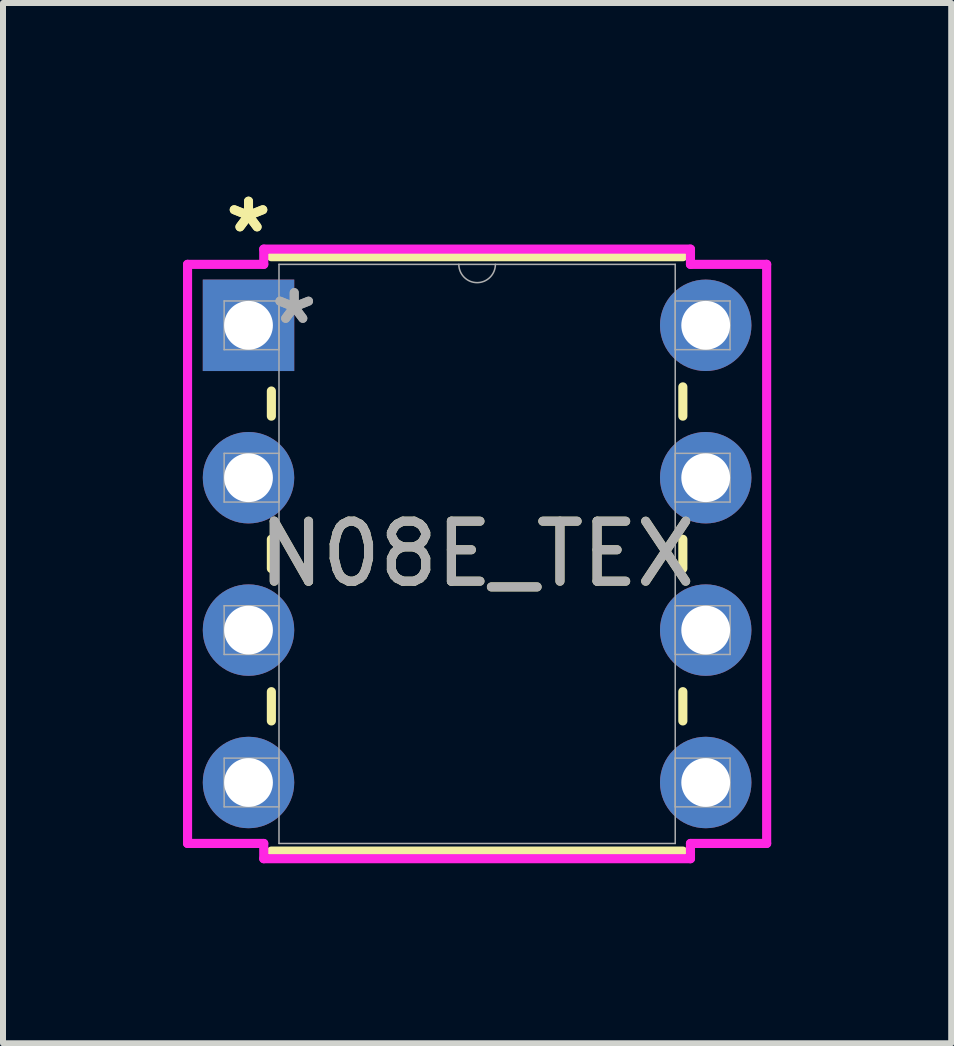
<source format=kicad_pcb>
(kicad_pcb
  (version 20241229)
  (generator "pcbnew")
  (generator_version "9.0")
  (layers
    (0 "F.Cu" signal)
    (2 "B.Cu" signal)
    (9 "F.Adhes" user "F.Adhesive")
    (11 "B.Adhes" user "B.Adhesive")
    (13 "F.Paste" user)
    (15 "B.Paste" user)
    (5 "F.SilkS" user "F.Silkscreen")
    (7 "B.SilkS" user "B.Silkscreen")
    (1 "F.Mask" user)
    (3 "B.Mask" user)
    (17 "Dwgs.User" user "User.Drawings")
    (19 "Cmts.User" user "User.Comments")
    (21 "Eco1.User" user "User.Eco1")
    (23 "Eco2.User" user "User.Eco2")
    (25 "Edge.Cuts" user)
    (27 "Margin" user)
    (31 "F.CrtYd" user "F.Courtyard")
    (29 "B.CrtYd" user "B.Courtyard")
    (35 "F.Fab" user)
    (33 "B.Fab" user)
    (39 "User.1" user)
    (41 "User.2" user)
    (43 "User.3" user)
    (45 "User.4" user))
  (footprint "N08E_TEX"
    (layer "F.Cu")
    (at 1.092 2.372)
    (property "Reference" "N08E_TEX" (at 3.81 3.81 0) (unlocked yes) (layer "F.SilkS") (effects (font (size 1 1) (thickness 0.15))))
    (attr through_hole)
    (fp_line (start 0.381 1.095) (end 0.381 1.514) (stroke (width 0.152) (type solid)) (layer "F.SilkS"))
    (fp_line (start 0.381 3.566) (end 0.381 4.054) (stroke (width 0.152) (type solid)) (layer "F.SilkS"))
    (fp_line (start 0.381 6.106) (end 0.381 6.594) (stroke (width 0.152) (type solid)) (layer "F.SilkS"))
    (fp_line (start 0.381 8.763) (end 7.239 8.763) (stroke (width 0.152) (type solid)) (layer "F.SilkS"))
    (fp_line (start 7.239 -1.143) (end 0.381 -1.143) (stroke (width 0.152) (type solid)) (layer "F.SilkS"))
    (fp_line (start 7.239 1.514) (end 7.239 1.026) (stroke (width 0.152) (type solid)) (layer "F.SilkS"))
    (fp_line (start 7.239 4.054) (end 7.239 3.566) (stroke (width 0.152) (type solid)) (layer "F.SilkS"))
    (fp_line (start 7.239 6.594) (end 7.239 6.106) (stroke (width 0.152) (type solid)) (layer "F.SilkS"))
    (fp_line (start -1.016 -1.016) (end 0.254 -1.016) (stroke (width 0.152) (type solid)) (layer "F.CrtYd"))
    (fp_line (start -1.016 8.636) (end -1.016 -1.016) (stroke (width 0.152) (type solid)) (layer "F.CrtYd"))
    (fp_line (start 0.254 -1.27) (end 7.366 -1.27) (stroke (width 0.152) (type solid)) (layer "F.CrtYd"))
    (fp_line (start 0.254 -1.016) (end 0.254 -1.27) (stroke (width 0.152) (type solid)) (layer "F.CrtYd"))
    (fp_line (start 0.254 8.636) (end -1.016 8.636) (stroke (width 0.152) (type solid)) (layer "F.CrtYd"))
    (fp_line (start 0.254 8.89) (end 0.254 8.636) (stroke (width 0.152) (type solid)) (layer "F.CrtYd"))
    (fp_line (start 7.366 -1.27) (end 7.366 -1.016) (stroke (width 0.152) (type solid)) (layer "F.CrtYd"))
    (fp_line (start 7.366 8.636) (end 7.366 8.89) (stroke (width 0.152) (type solid)) (layer "F.CrtYd"))
    (fp_line (start 7.366 8.89) (end 0.254 8.89) (stroke (width 0.152) (type solid)) (layer "F.CrtYd"))
    (fp_line (start 8.636 -1.016) (end 7.366 -1.016) (stroke (width 0.152) (type solid)) (layer "F.CrtYd"))
    (fp_line (start 8.636 -1.016) (end 8.636 8.636) (stroke (width 0.152) (type solid)) (layer "F.CrtYd"))
    (fp_line (start 8.636 8.636) (end 7.366 8.636) (stroke (width 0.152) (type solid)) (layer "F.CrtYd"))
    (fp_line (start -0.406 -0.406) (end -0.406 0.406) (stroke (width 0.025) (type solid)) (layer "F.Fab"))
    (fp_line (start -0.406 0.406) (end 0.508 0.406) (stroke (width 0.025) (type solid)) (layer "F.Fab"))
    (fp_line (start -0.406 2.134) (end -0.406 2.946) (stroke (width 0.025) (type solid)) (layer "F.Fab"))
    (fp_line (start -0.406 2.946) (end 0.508 2.946) (stroke (width 0.025) (type solid)) (layer "F.Fab"))
    (fp_line (start -0.406 4.674) (end -0.406 5.486) (stroke (width 0.025) (type solid)) (layer "F.Fab"))
    (fp_line (start -0.406 5.486) (end 0.508 5.486) (stroke (width 0.025) (type solid)) (layer "F.Fab"))
    (fp_line (start -0.406 7.214) (end -0.406 8.026) (stroke (width 0.025) (type solid)) (layer "F.Fab"))
    (fp_line (start -0.406 8.026) (end 0.508 8.026) (stroke (width 0.025) (type solid)) (layer "F.Fab"))
    (fp_line (start 0.508 -1.016) (end 0.508 8.636) (stroke (width 0.025) (type solid)) (layer "F.Fab"))
    (fp_line (start 0.508 -0.406) (end -0.406 -0.406) (stroke (width 0.025) (type solid)) (layer "F.Fab"))
    (fp_line (start 0.508 0.406) (end 0.508 -0.406) (stroke (width 0.025) (type solid)) (layer "F.Fab"))
    (fp_line (start 0.508 2.134) (end -0.406 2.134) (stroke (width 0.025) (type solid)) (layer "F.Fab"))
    (fp_line (start 0.508 2.946) (end 0.508 2.134) (stroke (width 0.025) (type solid)) (layer "F.Fab"))
    (fp_line (start 0.508 4.674) (end -0.406 4.674) (stroke (width 0.025) (type solid)) (layer "F.Fab"))
    (fp_line (start 0.508 5.486) (end 0.508 4.674) (stroke (width 0.025) (type solid)) (layer "F.Fab"))
    (fp_line (start 0.508 7.214) (end -0.406 7.214) (stroke (width 0.025) (type solid)) (layer "F.Fab"))
    (fp_line (start 0.508 8.026) (end 0.508 7.214) (stroke (width 0.025) (type solid)) (layer "F.Fab"))
    (fp_line (start 0.508 8.636) (end 7.112 8.636) (stroke (width 0.025) (type solid)) (layer "F.Fab"))
    (fp_line (start 7.112 -1.016) (end 0.508 -1.016) (stroke (width 0.025) (type solid)) (layer "F.Fab"))
    (fp_line (start 7.112 -0.406) (end 7.112 0.406) (stroke (width 0.025) (type solid)) (layer "F.Fab"))
    (fp_line (start 7.112 0.406) (end 8.026 0.406) (stroke (width 0.025) (type solid)) (layer "F.Fab"))
    (fp_line (start 7.112 2.134) (end 7.112 2.946) (stroke (width 0.025) (type solid)) (layer "F.Fab"))
    (fp_line (start 7.112 2.946) (end 8.026 2.946) (stroke (width 0.025) (type solid)) (layer "F.Fab"))
    (fp_line (start 7.112 4.674) (end 7.112 5.486) (stroke (width 0.025) (type solid)) (layer "F.Fab"))
    (fp_line (start 7.112 5.486) (end 8.026 5.486) (stroke (width 0.025) (type solid)) (layer "F.Fab"))
    (fp_line (start 7.112 7.214) (end 7.112 8.026) (stroke (width 0.025) (type solid)) (layer "F.Fab"))
    (fp_line (start 7.112 8.026) (end 8.026 8.026) (stroke (width 0.025) (type solid)) (layer "F.Fab"))
    (fp_line (start 7.112 8.636) (end 7.112 -1.016) (stroke (width 0.025) (type solid)) (layer "F.Fab"))
    (fp_line (start 8.026 -0.406) (end 7.112 -0.406) (stroke (width 0.025) (type solid)) (layer "F.Fab"))
    (fp_line (start 8.026 0.406) (end 8.026 -0.406) (stroke (width 0.025) (type solid)) (layer "F.Fab"))
    (fp_line (start 8.026 2.134) (end 7.112 2.134) (stroke (width 0.025) (type solid)) (layer "F.Fab"))
    (fp_line (start 8.026 2.946) (end 8.026 2.134) (stroke (width 0.025) (type solid)) (layer "F.Fab"))
    (fp_line (start 8.026 4.674) (end 7.112 4.674) (stroke (width 0.025) (type solid)) (layer "F.Fab"))
    (fp_line (start 8.026 5.486) (end 8.026 4.674) (stroke (width 0.025) (type solid)) (layer "F.Fab"))
    (fp_line (start 8.026 7.214) (end 7.112 7.214) (stroke (width 0.025) (type solid)) (layer "F.Fab"))
    (fp_line (start 8.026 8.026) (end 8.026 7.214) (stroke (width 0.025) (type solid)) (layer "F.Fab"))
    (fp_arc (start 4.1148 -1.016) (mid 3.81 -0.7112) (end 3.5052 -1.016) (stroke (width 0.0254) (type solid)) (layer "F.Fab"))
    (fp_text user "*" (at 0 -1.524 0) (unlocked yes) (layer "F.SilkS") (effects (font (size 1 1) (thickness 0.15))))
    (fp_text user "*" (at 0 -1.524 0) (layer "F.SilkS") (effects (font (size 1 1) (thickness 0.15))))
    (fp_text user "*" (at 0.762 0 0) (unlocked yes) (layer "F.Fab") (effects (font (size 1 1) (thickness 0.15))))
    (fp_text user "*" (at 0.762 0 0) (layer "F.Fab") (effects (font (size 1 1) (thickness 0.15))))
    (fp_text user "${REFERENCE}" (at 3.81 3.81 0) (unlocked yes) (layer "F.Fab") (effects (font (size 1 1) (thickness 0.15))))
    (pad "1" thru_hole rect (at 0 0) (size 1.524 1.524) (drill 0.813) (layers "*.Cu" "*.Mask"))
    (pad "2" thru_hole circle (at 0 2.54) (size 1.524 1.524) (drill 0.813) (layers "*.Cu" "*.Mask"))
    (pad "3" thru_hole circle (at 0 5.08) (size 1.524 1.524) (drill 0.813) (layers "*.Cu" "*.Mask"))
    (pad "4" thru_hole circle (at 0 7.62) (size 1.524 1.524) (drill 0.813) (layers "*.Cu" "*.Mask"))
    (pad "5" thru_hole circle (at 7.62 7.62) (size 1.524 1.524) (drill 0.813) (layers "*.Cu" "*.Mask"))
    (pad "6" thru_hole circle (at 7.62 5.08) (size 1.524 1.524) (drill 0.813) (layers "*.Cu" "*.Mask"))
    (pad "7" thru_hole circle (at 7.62 2.54) (size 1.524 1.524) (drill 0.813) (layers "*.Cu" "*.Mask"))
    (pad "8" thru_hole circle (at 7.62 0) (size 1.524 1.524) (drill 0.813) (layers "*.Cu" "*.Mask")))
  (gr_rect
    (start -3 -3)
    (end 12.804 14.338)
    (stroke (width 0.1) (type default))
    (fill no)
    (layer "Edge.Cuts")))
</source>
